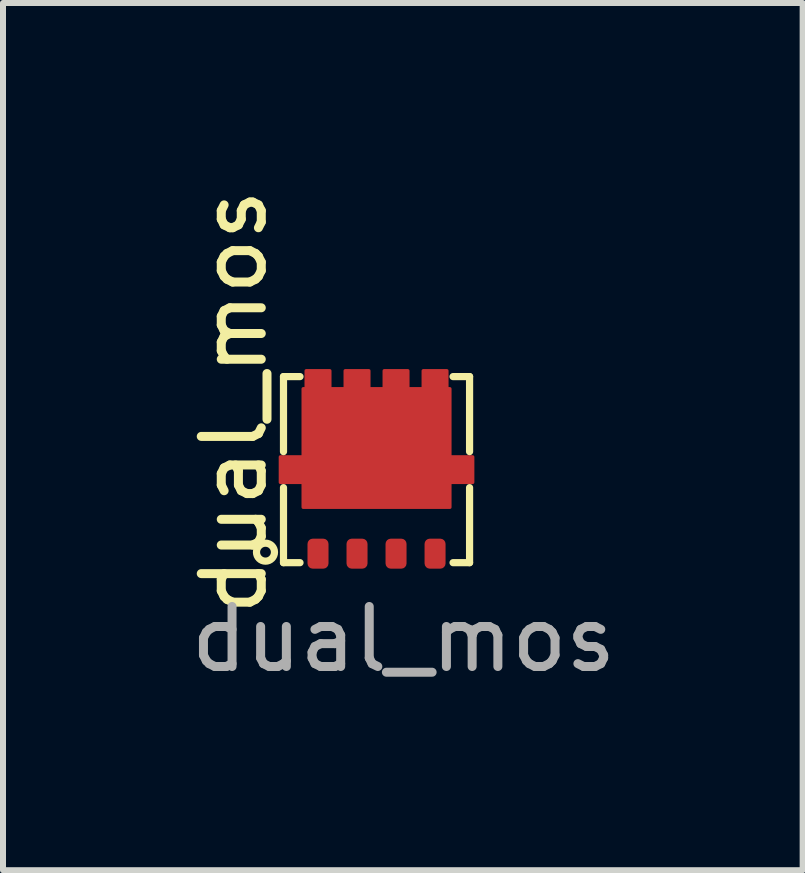
<source format=kicad_pcb>
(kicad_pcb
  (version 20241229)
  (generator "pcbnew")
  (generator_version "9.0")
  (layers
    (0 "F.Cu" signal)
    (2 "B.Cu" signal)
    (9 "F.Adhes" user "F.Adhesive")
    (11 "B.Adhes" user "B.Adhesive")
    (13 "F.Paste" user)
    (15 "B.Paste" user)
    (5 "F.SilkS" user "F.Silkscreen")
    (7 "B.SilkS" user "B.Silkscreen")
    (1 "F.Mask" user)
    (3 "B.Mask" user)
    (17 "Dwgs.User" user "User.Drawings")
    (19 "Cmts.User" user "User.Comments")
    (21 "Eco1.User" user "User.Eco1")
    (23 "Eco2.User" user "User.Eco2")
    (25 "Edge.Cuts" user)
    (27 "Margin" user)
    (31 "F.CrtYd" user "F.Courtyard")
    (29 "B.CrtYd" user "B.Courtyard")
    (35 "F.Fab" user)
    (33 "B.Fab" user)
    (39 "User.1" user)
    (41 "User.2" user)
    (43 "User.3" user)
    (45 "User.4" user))
  (footprint "dual_mos"
    (layer "F.Cu")
    (at 3.223 4.774)
    (property "Reference" "dual_mos" (at -2.375 -1.125 90) (unlocked yes) (layer "F.SilkS") (effects (font (size 1 1) (thickness 0.15))))
    (attr smd)
    (fp_line (start -1.55 -1.55) (end -1.275 -1.55) (stroke (width 0.12) (type solid)) (layer "F.SilkS"))
    (fp_line (start -1.55 -0.3) (end -1.55 -1.55) (stroke (width 0.12) (type solid)) (layer "F.SilkS"))
    (fp_line (start -1.55 0.3) (end -1.55 1.55) (stroke (width 0.12) (type solid)) (layer "F.SilkS"))
    (fp_line (start -1.55 1.55) (end -1.275 1.55) (stroke (width 0.12) (type solid)) (layer "F.SilkS"))
    (fp_line (start 1.55 -1.55) (end 1.275 -1.55) (stroke (width 0.12) (type solid)) (layer "F.SilkS"))
    (fp_line (start 1.55 -0.3) (end 1.55 -1.55) (stroke (width 0.12) (type solid)) (layer "F.SilkS"))
    (fp_line (start 1.55 0.3) (end 1.55 1.55) (stroke (width 0.12) (type solid)) (layer "F.SilkS"))
    (fp_line (start 1.55 1.55) (end 1.275 1.55) (stroke (width 0.12) (type solid)) (layer "F.SilkS"))
    (fp_circle (center -1.85 1.375) (end -1.7 1.375) (stroke (width 0.12) (type solid)) (fill no) (layer "F.SilkS"))
    (fp_text user "${REFERENCE}" (at 0.45 2.825 0) (unlocked yes) (layer "F.Fab") (effects (font (size 1 1) (thickness 0.15))))
    (pad "1" smd roundrect (at -0.975 1.4) (size 0.35 0.5) (layers "F.Cu" "F.Mask" "F.Paste") (roundrect_rratio 0.25))
    (pad "2" smd roundrect (at -0.325 1.4) (size 0.35 0.5) (layers "F.Cu" "F.Mask" "F.Paste") (roundrect_rratio 0.25))
    (pad "3" smd roundrect (at 0.325 1.4) (size 0.35 0.5) (layers "F.Cu" "F.Mask" "F.Paste") (roundrect_rratio 0.25))
    (pad "4" smd roundrect (at 0.975 1.4) (size 0.35 0.5) (layers "F.Cu" "F.Mask" "F.Paste") (roundrect_rratio 0.25))
    (pad "5" smd custom (at 0 0) (size 1 1) (property pad_prop_heatsink) (layers "F.Cu" "F.Mask" "F.Paste") (options (anchor rect)) (primitives (gr_poly (pts (xy -1.225 0.63) (xy 1.225 0.63) (xy 1.225 0.215) (xy 1.605 0.215) (xy 1.605 -0.215) (xy 1.225 -0.215) (xy 1.225 -1.35) (xy 1.175 -1.35) (xy 1.175 -1.65) (xy 0.775 -1.65) (xy 0.775 -1.35) (xy 0.525 -1.35) (xy 0.525 -1.65) (xy 0.125 -1.65) (xy 0.125 -1.35) (xy -0.125 -1.35) (xy -0.125 -1.65) (xy -0.525 -1.65) (xy -0.525 -1.35) (xy -0.775 -1.35) (xy -0.775 -1.65) (xy -1.175 -1.65) (xy -1.175 -1.35) (xy -1.225 -1.35) (xy -1.225 -0.215) (xy -1.605 -0.215) (xy -1.605 0.215) (xy -1.225 0.215)) (width 0.05) (fill yes)))))
  (gr_rect
    (start -3 -3)
    (end 10.322 11.447)
    (stroke (width 0.1) (type default))
    (fill no)
    (layer "Edge.Cuts")))
</source>
